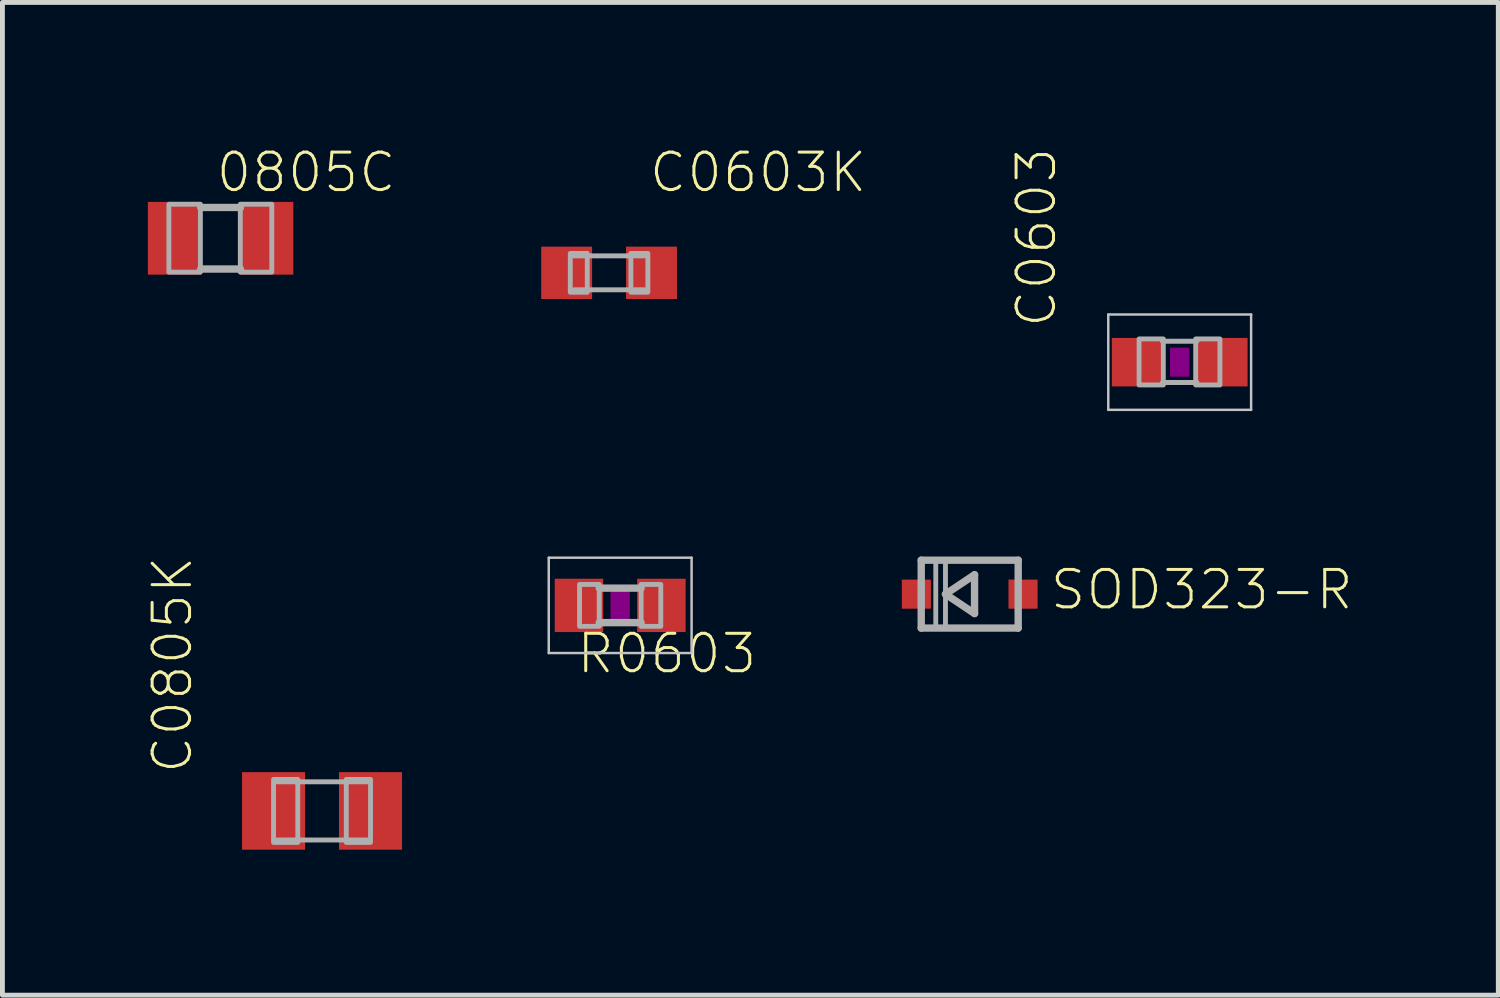
<source format=kicad_pcb>
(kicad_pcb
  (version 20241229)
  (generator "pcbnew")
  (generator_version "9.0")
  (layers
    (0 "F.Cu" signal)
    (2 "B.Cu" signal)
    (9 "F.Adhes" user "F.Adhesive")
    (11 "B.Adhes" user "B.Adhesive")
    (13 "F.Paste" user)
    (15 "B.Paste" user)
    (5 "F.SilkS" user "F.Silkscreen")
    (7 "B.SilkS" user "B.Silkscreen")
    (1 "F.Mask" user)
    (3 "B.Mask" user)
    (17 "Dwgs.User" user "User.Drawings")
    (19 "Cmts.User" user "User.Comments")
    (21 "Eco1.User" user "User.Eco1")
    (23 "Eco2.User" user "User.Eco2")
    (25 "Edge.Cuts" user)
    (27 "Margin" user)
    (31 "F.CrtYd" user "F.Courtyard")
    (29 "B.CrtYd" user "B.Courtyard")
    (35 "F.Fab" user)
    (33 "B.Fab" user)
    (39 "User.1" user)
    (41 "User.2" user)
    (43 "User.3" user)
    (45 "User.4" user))
  (footprint "C0805K"
    (layer "F.Cu")
    (at 3.592 13.675)
    (property "Reference" "C0805K" (at -2.635 -0.73 270) (layer "F.SilkS") (effects (font (size 0.772 0.772) (thickness 0.062)) (justify left bottom)))
    (attr through_hole)
    (fp_line (start -0.925 -0.6) (end 0.925 -0.6) (stroke (width 0.102) (type solid)) (layer "F.Fab"))
    (fp_line (start 0.925 0.6) (end -0.925 0.6) (stroke (width 0.102) (type solid)) (layer "F.Fab"))
    (fp_poly (pts (xy -1 0.65) (xy -0.5 0.65) (xy -0.5 -0.65) (xy -1 -0.65)) (stroke (width 0.1) (type solid)) (fill no) (layer "F.Fab"))
    (fp_poly (pts (xy 0.5 0.65) (xy 1 0.65) (xy 1 -0.65) (xy 0.5 -0.65)) (stroke (width 0.1) (type solid)) (fill no) (layer "F.Fab"))
    (pad "1" smd rect (at -1 0) (size 1.3 1.6) (layers "F.Cu" "F.Mask" "F.Paste"))
    (pad "2" smd rect (at 1 0) (size 1.3 1.6) (layers "F.Cu" "F.Mask" "F.Paste")))
  (footprint "0805C"
    (layer "F.Cu")
    (at 1.5 1.864)
    (property "Reference" "0805C" (at -0.133 -0.907 0) (layer "F.SilkS") (effects (font (size 0.772 0.772) (thickness 0.062)) (justify left bottom)))
    (attr through_hole)
    (fp_line (start -0.41 -0.635) (end 0.41 -0.635) (stroke (width 0.152) (type solid)) (layer "F.Fab"))
    (fp_line (start -0.41 0.635) (end 0.41 0.635) (stroke (width 0.152) (type solid)) (layer "F.Fab"))
    (fp_poly (pts (xy -1.067 0.699) (xy -0.417 0.699) (xy -0.417 -0.702) (xy -1.067 -0.702)) (stroke (width 0.1) (type solid)) (fill no) (layer "F.Fab"))
    (fp_poly (pts (xy 0.406 0.699) (xy 1.056 0.699) (xy 1.056 -0.702) (xy 0.406 -0.702)) (stroke (width 0.1) (type solid)) (fill no) (layer "F.Fab"))
    (pad "1" smd rect (at -0.95 0) (size 1.1 1.5) (layers "F.Cu" "F.Mask" "F.Paste"))
    (pad "2" smd rect (at 0.95 0) (size 1.1 1.5) (layers "F.Cu" "F.Mask" "F.Paste")))
  (footprint "R0603"
    (layer "F.Cu")
    (at 9.741 9.436)
    (property "Reference" "R0603" (at -0.935 1.445 0) (layer "F.SilkS") (effects (font (size 0.772 0.772) (thickness 0.062)) (justify left bottom)))
    (attr through_hole)
    (fp_poly (pts (xy -0.2 0.4) (xy 0.2 0.4) (xy 0.2 -0.4) (xy -0.2 -0.4)) (stroke (width 0) (type solid)) (fill yes) (layer "F.Adhes"))
    (fp_line (start -1.473 -0.983) (end 1.473 -0.983) (stroke (width 0.051) (type solid)) (layer "Dwgs.User"))
    (fp_line (start -1.473 0.983) (end -1.473 -0.983) (stroke (width 0.051) (type solid)) (layer "Dwgs.User"))
    (fp_line (start 1.473 -0.983) (end 1.473 0.983) (stroke (width 0.051) (type solid)) (layer "Dwgs.User"))
    (fp_line (start 1.473 0.983) (end -1.473 0.983) (stroke (width 0.051) (type solid)) (layer "Dwgs.User"))
    (fp_line (start -0.432 0.356) (end 0.432 0.356) (stroke (width 0.152) (type solid)) (layer "F.Fab"))
    (fp_line (start 0.432 -0.356) (end -0.432 -0.356) (stroke (width 0.152) (type solid)) (layer "F.Fab"))
    (fp_poly (pts (xy -0.838 0.432) (xy -0.432 0.432) (xy -0.432 -0.432) (xy -0.838 -0.432)) (stroke (width 0.1) (type solid)) (fill no) (layer "F.Fab"))
    (fp_poly (pts (xy 0.432 0.432) (xy 0.838 0.432) (xy 0.838 -0.432) (xy 0.432 -0.432)) (stroke (width 0.1) (type solid)) (fill no) (layer "F.Fab"))
    (pad "1" smd rect (at -0.85 0) (size 1 1.1) (layers "F.Cu" "F.Mask" "F.Paste"))
    (pad "2" smd rect (at 0.85 0) (size 1 1.1) (layers "F.Cu" "F.Mask" "F.Paste")))
  (footprint "SOD323-R"
    (layer "F.Cu")
    (at 16.95 9.204)
    (property "Reference" "SOD323-R" (at 1.62 0.36 0) (layer "F.SilkS") (effects (font (size 0.772 0.772) (thickness 0.062)) (justify left bottom)))
    (attr through_hole)
    (fp_line (start -1 -0.7) (end 1 -0.7) (stroke (width 0.152) (type solid)) (layer "F.Fab"))
    (fp_line (start -1 0.7) (end -1 -0.7) (stroke (width 0.152) (type solid)) (layer "F.Fab"))
    (fp_line (start -0.5 0) (end 0.1 -0.4) (stroke (width 0.152) (type solid)) (layer "F.Fab"))
    (fp_line (start 0.1 -0.4) (end 0.1 0.4) (stroke (width 0.152) (type solid)) (layer "F.Fab"))
    (fp_line (start 0.1 0.4) (end -0.5 0) (stroke (width 0.152) (type solid)) (layer "F.Fab"))
    (fp_line (start 1 -0.7) (end 1 0.7) (stroke (width 0.152) (type solid)) (layer "F.Fab"))
    (fp_line (start 1 0.7) (end -1 0.7) (stroke (width 0.152) (type solid)) (layer "F.Fab"))
    (fp_poly (pts (xy -0.7 0.7) (xy -0.5 0.7) (xy -0.5 -0.7) (xy -0.7 -0.7)) (stroke (width 0.1) (type solid)) (fill no) (layer "F.Fab"))
    (pad "A" smd rect (at 1.1 0) (size 0.6 0.6) (layers "F.Cu" "F.Mask" "F.Paste"))
    (pad "C" smd rect (at -1.1 0) (size 0.6 0.6) (layers "F.Cu" "F.Mask" "F.Paste")))
  (footprint "C0603K"
    (layer "F.Cu")
    (at 9.512 2.577)
    (property "Reference" "C0603K" (at 0.79 -1.62 180) (layer "F.SilkS") (effects (font (size 0.772 0.772) (thickness 0.062)) (justify left bottom)))
    (attr through_hole)
    (fp_line (start -0.725 -0.35) (end 0.725 -0.35) (stroke (width 0.102) (type solid)) (layer "F.Fab"))
    (fp_line (start 0.725 0.35) (end -0.725 0.35) (stroke (width 0.102) (type solid)) (layer "F.Fab"))
    (fp_poly (pts (xy -0.8 0.4) (xy -0.45 0.4) (xy -0.45 -0.4) (xy -0.8 -0.4)) (stroke (width 0.1) (type solid)) (fill no) (layer "F.Fab"))
    (fp_poly (pts (xy 0.45 0.4) (xy 0.8 0.4) (xy 0.8 -0.4) (xy 0.45 -0.4)) (stroke (width 0.1) (type solid)) (fill no) (layer "F.Fab"))
    (pad "1" smd rect (at -0.875 0) (size 1.05 1.08) (layers "F.Cu" "F.Mask" "F.Paste"))
    (pad "2" smd rect (at 0.875 0) (size 1.05 1.08) (layers "F.Cu" "F.Mask" "F.Paste")))
  (footprint "C0603"
    (layer "F.Cu")
    (at 21.281 4.42)
    (property "Reference" "C0603" (at -2.505 -0.675 270) (layer "F.SilkS") (effects (font (size 0.772 0.772) (thickness 0.062)) (justify left bottom)))
    (attr through_hole)
    (fp_poly (pts (xy -0.2 0.3) (xy 0.2 0.3) (xy 0.2 -0.3) (xy -0.2 -0.3)) (stroke (width 0) (type solid)) (fill yes) (layer "F.Adhes"))
    (fp_line (start -1.473 -0.983) (end 1.473 -0.983) (stroke (width 0.051) (type solid)) (layer "Dwgs.User"))
    (fp_line (start -1.473 0.983) (end -1.473 -0.983) (stroke (width 0.051) (type solid)) (layer "Dwgs.User"))
    (fp_line (start 1.473 -0.983) (end 1.473 0.983) (stroke (width 0.051) (type solid)) (layer "Dwgs.User"))
    (fp_line (start 1.473 0.983) (end -1.473 0.983) (stroke (width 0.051) (type solid)) (layer "Dwgs.User"))
    (fp_line (start -0.356 -0.432) (end 0.356 -0.432) (stroke (width 0.102) (type solid)) (layer "F.Fab"))
    (fp_line (start -0.356 0.419) (end 0.356 0.419) (stroke (width 0.102) (type solid)) (layer "F.Fab"))
    (fp_poly (pts (xy -0.838 0.47) (xy -0.338 0.47) (xy -0.338 -0.48) (xy -0.838 -0.48)) (stroke (width 0.1) (type solid)) (fill no) (layer "F.Fab"))
    (fp_poly (pts (xy 0.33 0.47) (xy 0.83 0.47) (xy 0.83 -0.48) (xy 0.33 -0.48)) (stroke (width 0.1) (type solid)) (fill no) (layer "F.Fab"))
    (pad "1" smd rect (at -0.85 0) (size 1.1 1) (layers "F.Cu" "F.Mask" "F.Paste"))
    (pad "2" smd rect (at 0.85 0) (size 1.1 1) (layers "F.Cu" "F.Mask" "F.Paste")))
  (gr_rect
    (start -3 -3)
    (end 27.852 17.475)
    (stroke (width 0.1) (type default))
    (fill no)
    (layer "Edge.Cuts")))
</source>
